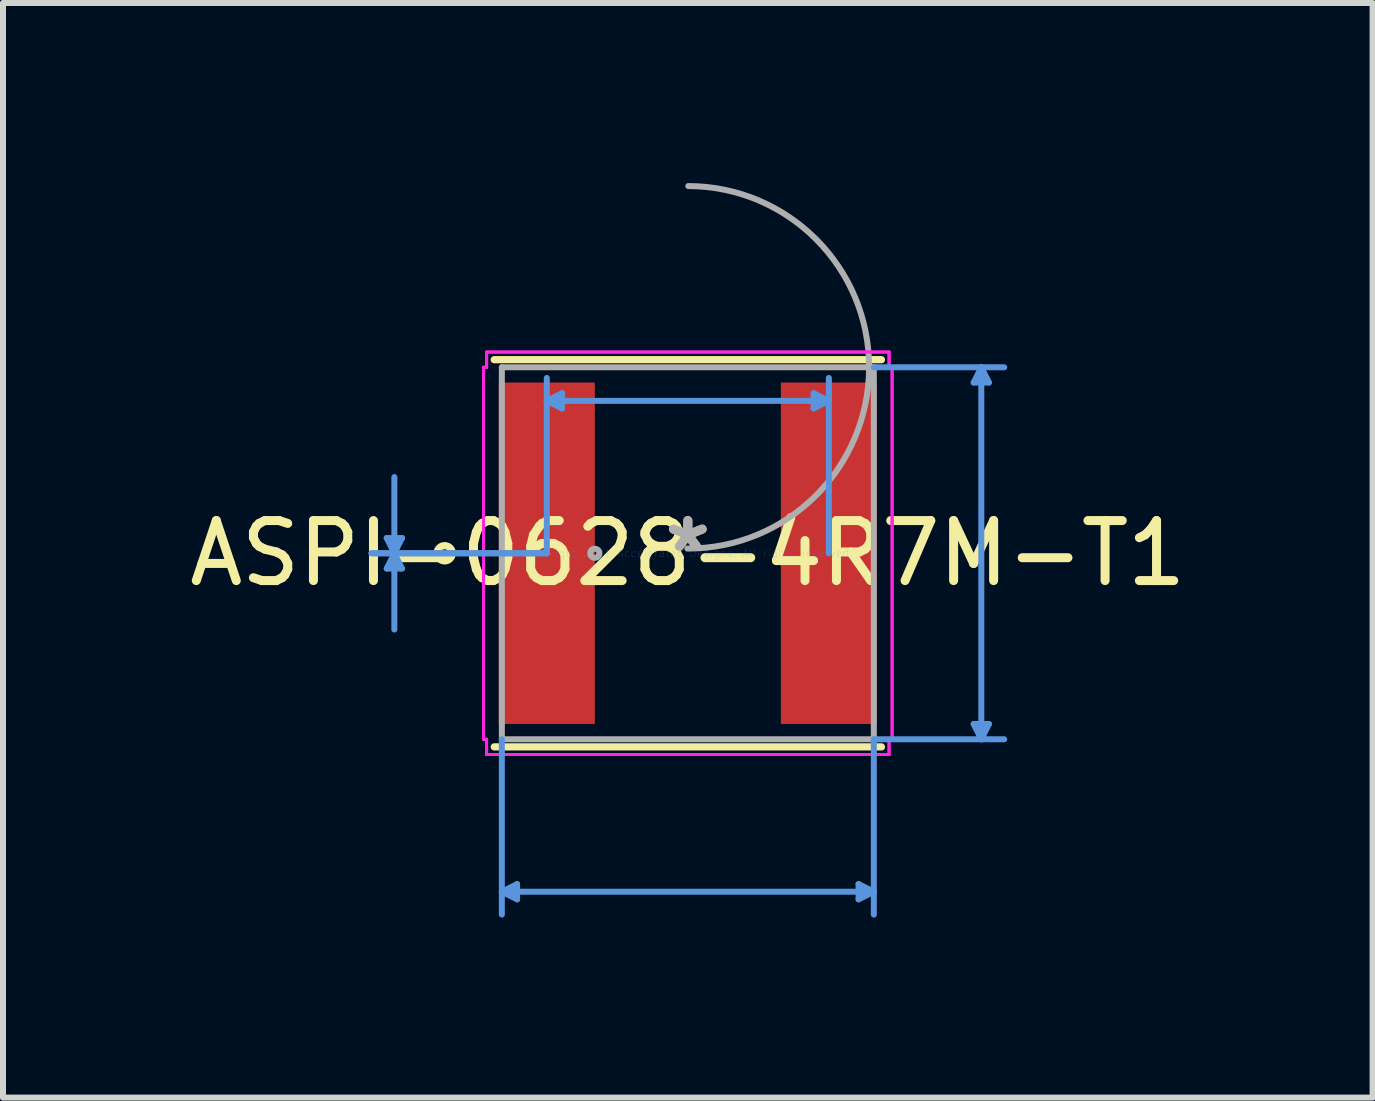
<source format=kicad_pcb>
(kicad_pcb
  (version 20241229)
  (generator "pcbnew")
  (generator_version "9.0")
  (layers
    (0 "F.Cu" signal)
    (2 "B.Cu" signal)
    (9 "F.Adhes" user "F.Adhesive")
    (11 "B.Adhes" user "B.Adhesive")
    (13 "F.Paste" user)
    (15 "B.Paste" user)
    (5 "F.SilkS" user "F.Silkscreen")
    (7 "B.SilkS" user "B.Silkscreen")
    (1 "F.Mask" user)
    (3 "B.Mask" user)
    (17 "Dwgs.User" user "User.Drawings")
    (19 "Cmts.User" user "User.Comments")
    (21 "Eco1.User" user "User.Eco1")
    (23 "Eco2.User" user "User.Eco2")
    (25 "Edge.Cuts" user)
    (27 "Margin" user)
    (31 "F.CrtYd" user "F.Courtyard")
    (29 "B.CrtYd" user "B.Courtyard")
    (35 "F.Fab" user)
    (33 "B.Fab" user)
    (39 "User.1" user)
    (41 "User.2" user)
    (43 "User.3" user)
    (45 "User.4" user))
  (footprint "ASPI-0628-4R7M-T1"
    (layer "F.Cu")
    (at 8.411 6.169)
    (property "Reference" "ASPI-0628-4R7M-T1" (at 0 0 0) (layer "F.SilkS") (effects (font (size 1 1) (thickness 0.15))))
    (attr through_hole)
    (fp_line (start -3.226 3.226) (end 3.226 3.226) (stroke (width 0.12) (type solid)) (layer "F.SilkS"))
    (fp_line (start 3.226 -3.226) (end -3.226 -3.226) (stroke (width 0.12) (type solid)) (layer "F.SilkS"))
    (fp_circle (center -4.052 0) (end -3.925 0) (stroke (width 0.12) (type solid)) (fill no) (layer "F.SilkS"))
    (fp_line (start -5.017 -0.254) (end -4.763 -0.254) (stroke (width 0.1) (type solid)) (layer "Cmts.User"))
    (fp_line (start -5.017 0.254) (end -4.763 0.254) (stroke (width 0.1) (type solid)) (layer "Cmts.User"))
    (fp_line (start -4.89 0) (end -5.017 -0.254) (stroke (width 0.1) (type solid)) (layer "Cmts.User"))
    (fp_line (start -4.89 0) (end -5.017 0.254) (stroke (width 0.1) (type solid)) (layer "Cmts.User"))
    (fp_line (start -4.89 0) (end -4.89 -1.27) (stroke (width 0.1) (type solid)) (layer "Cmts.User"))
    (fp_line (start -4.89 0) (end -4.89 1.27) (stroke (width 0.1) (type solid)) (layer "Cmts.User"))
    (fp_line (start -4.89 0) (end -4.763 -0.254) (stroke (width 0.1) (type solid)) (layer "Cmts.User"))
    (fp_line (start -4.89 0) (end -4.763 0.254) (stroke (width 0.1) (type solid)) (layer "Cmts.User"))
    (fp_line (start -3.099 3.099) (end -3.099 6.02) (stroke (width 0.1) (type solid)) (layer "Cmts.User"))
    (fp_line (start -3.099 5.639) (end -2.845 5.512) (stroke (width 0.1) (type solid)) (layer "Cmts.User"))
    (fp_line (start -3.099 5.639) (end -2.845 5.766) (stroke (width 0.1) (type solid)) (layer "Cmts.User"))
    (fp_line (start -3.099 5.639) (end 3.099 5.639) (stroke (width 0.1) (type solid)) (layer "Cmts.User"))
    (fp_line (start -2.845 5.512) (end -2.845 5.766) (stroke (width 0.1) (type solid)) (layer "Cmts.User"))
    (fp_line (start -2.35 -2.54) (end -2.096 -2.667) (stroke (width 0.1) (type solid)) (layer "Cmts.User"))
    (fp_line (start -2.35 -2.54) (end -2.096 -2.413) (stroke (width 0.1) (type solid)) (layer "Cmts.User"))
    (fp_line (start -2.35 -2.54) (end 2.35 -2.54) (stroke (width 0.1) (type solid)) (layer "Cmts.User"))
    (fp_line (start -2.35 0) (end -5.271 0) (stroke (width 0.1) (type solid)) (layer "Cmts.User"))
    (fp_line (start -2.35 0) (end -5.271 0) (stroke (width 0.1) (type solid)) (layer "Cmts.User"))
    (fp_line (start -2.35 0) (end -2.35 -2.921) (stroke (width 0.1) (type solid)) (layer "Cmts.User"))
    (fp_line (start -2.096 -2.667) (end -2.096 -2.413) (stroke (width 0.1) (type solid)) (layer "Cmts.User"))
    (fp_line (start 2.096 -2.667) (end 2.096 -2.413) (stroke (width 0.1) (type solid)) (layer "Cmts.User"))
    (fp_line (start 2.35 -2.54) (end 2.096 -2.667) (stroke (width 0.1) (type solid)) (layer "Cmts.User"))
    (fp_line (start 2.35 -2.54) (end 2.096 -2.413) (stroke (width 0.1) (type solid)) (layer "Cmts.User"))
    (fp_line (start 2.35 0) (end 2.35 -2.921) (stroke (width 0.1) (type solid)) (layer "Cmts.User"))
    (fp_line (start 2.845 5.512) (end 2.845 5.766) (stroke (width 0.1) (type solid)) (layer "Cmts.User"))
    (fp_line (start 3.099 -3.099) (end 5.271 -3.099) (stroke (width 0.1) (type solid)) (layer "Cmts.User"))
    (fp_line (start 3.099 3.099) (end 3.099 6.02) (stroke (width 0.1) (type solid)) (layer "Cmts.User"))
    (fp_line (start 3.099 3.099) (end 5.271 3.099) (stroke (width 0.1) (type solid)) (layer "Cmts.User"))
    (fp_line (start 3.099 5.639) (end 2.845 5.512) (stroke (width 0.1) (type solid)) (layer "Cmts.User"))
    (fp_line (start 3.099 5.639) (end 2.845 5.766) (stroke (width 0.1) (type solid)) (layer "Cmts.User"))
    (fp_line (start 4.763 -2.845) (end 5.017 -2.845) (stroke (width 0.1) (type solid)) (layer "Cmts.User"))
    (fp_line (start 4.763 2.845) (end 5.017 2.845) (stroke (width 0.1) (type solid)) (layer "Cmts.User"))
    (fp_line (start 4.89 -3.099) (end 4.763 -2.845) (stroke (width 0.1) (type solid)) (layer "Cmts.User"))
    (fp_line (start 4.89 -3.099) (end 4.89 3.099) (stroke (width 0.1) (type solid)) (layer "Cmts.User"))
    (fp_line (start 4.89 -3.099) (end 5.017 -2.845) (stroke (width 0.1) (type solid)) (layer "Cmts.User"))
    (fp_line (start 4.89 3.099) (end 4.763 2.845) (stroke (width 0.1) (type solid)) (layer "Cmts.User"))
    (fp_line (start 4.89 3.099) (end 5.017 2.845) (stroke (width 0.1) (type solid)) (layer "Cmts.User"))
    (fp_line (start -3.404 -3.099) (end -3.353 -3.099) (stroke (width 0.05) (type solid)) (layer "F.CrtYd"))
    (fp_line (start -3.404 -3.099) (end -3.353 -3.099) (stroke (width 0.05) (type solid)) (layer "F.CrtYd"))
    (fp_line (start -3.404 3.099) (end -3.404 -3.099) (stroke (width 0.05) (type solid)) (layer "F.CrtYd"))
    (fp_line (start -3.404 3.099) (end -3.404 -3.099) (stroke (width 0.05) (type solid)) (layer "F.CrtYd"))
    (fp_line (start -3.404 3.099) (end -3.353 3.099) (stroke (width 0.05) (type solid)) (layer "F.CrtYd"))
    (fp_line (start -3.353 -3.353) (end 3.353 -3.353) (stroke (width 0.05) (type solid)) (layer "F.CrtYd"))
    (fp_line (start -3.353 -3.353) (end 3.353 -3.353) (stroke (width 0.05) (type solid)) (layer "F.CrtYd"))
    (fp_line (start -3.353 -3.099) (end -3.353 -3.353) (stroke (width 0.05) (type solid)) (layer "F.CrtYd"))
    (fp_line (start -3.353 -3.099) (end -3.353 -3.353) (stroke (width 0.05) (type solid)) (layer "F.CrtYd"))
    (fp_line (start -3.353 3.099) (end -3.404 3.099) (stroke (width 0.05) (type solid)) (layer "F.CrtYd"))
    (fp_line (start -3.353 3.353) (end -3.353 3.099) (stroke (width 0.05) (type solid)) (layer "F.CrtYd"))
    (fp_line (start -3.353 3.353) (end -3.353 3.099) (stroke (width 0.05) (type solid)) (layer "F.CrtYd"))
    (fp_line (start 3.353 -3.353) (end 3.353 -3.099) (stroke (width 0.05) (type solid)) (layer "F.CrtYd"))
    (fp_line (start 3.353 -3.353) (end 3.353 -3.099) (stroke (width 0.05) (type solid)) (layer "F.CrtYd"))
    (fp_line (start 3.353 -3.099) (end 3.404 -3.099) (stroke (width 0.05) (type solid)) (layer "F.CrtYd"))
    (fp_line (start 3.353 3.099) (end 3.353 3.353) (stroke (width 0.05) (type solid)) (layer "F.CrtYd"))
    (fp_line (start 3.353 3.099) (end 3.353 3.353) (stroke (width 0.05) (type solid)) (layer "F.CrtYd"))
    (fp_line (start 3.353 3.353) (end -3.353 3.353) (stroke (width 0.05) (type solid)) (layer "F.CrtYd"))
    (fp_line (start 3.353 3.353) (end -3.353 3.353) (stroke (width 0.05) (type solid)) (layer "F.CrtYd"))
    (fp_line (start 3.404 -3.099) (end 3.353 -3.099) (stroke (width 0.05) (type solid)) (layer "F.CrtYd"))
    (fp_line (start 3.404 -3.099) (end 3.404 3.099) (stroke (width 0.05) (type solid)) (layer "F.CrtYd"))
    (fp_line (start 3.404 -3.099) (end 3.404 3.099) (stroke (width 0.05) (type solid)) (layer "F.CrtYd"))
    (fp_line (start 3.404 3.099) (end 3.353 3.099) (stroke (width 0.05) (type solid)) (layer "F.CrtYd"))
    (fp_line (start 3.404 3.099) (end 3.353 3.099) (stroke (width 0.05) (type solid)) (layer "F.CrtYd"))
    (fp_line (start -3.099 -3.099) (end -3.099 3.099) (stroke (width 0.1) (type solid)) (layer "F.Fab"))
    (fp_line (start -3.099 3.099) (end 3.099 3.099) (stroke (width 0.1) (type solid)) (layer "F.Fab"))
    (fp_line (start 3.099 -3.099) (end -3.099 -3.099) (stroke (width 0.1) (type solid)) (layer "F.Fab"))
    (fp_line (start 3.099 3.099) (end 3.099 -3.099) (stroke (width 0.1) (type solid)) (layer "F.Fab"))
    (fp_arc (start 0.007742 -6.11889) (mid 3.02009 -3.091058) (end -0.007742 -0.07871) (stroke (width 0.1) (type solid)) (layer "F.Fab"))
    (fp_circle (center -1.55 0) (end -1.474 0) (stroke (width 0.1) (type solid)) (fill no) (layer "F.Fab"))
    (fp_text user "*" (at 0 0 0) (layer "F.SilkS") (effects (font (size 1 1) (thickness 0.15))))
    (fp_text user "Copyright 2021 Accelerated Designs. All rights reserved." (at 0 0 0) (layer "Cmts.User") (effects (font (size 0.127 0.127) (thickness 0.002))))
    (fp_text user "*" (at 0 0 0) (layer "F.Fab") (effects (font (size 1 1) (thickness 0.15))))
    (pad "1" smd rect (at -2.35 0) (size 1.6 5.69) (layers "F.Cu" "F.Mask" "F.Paste"))
    (pad "2" smd rect (at 2.35 0) (size 1.6 5.69) (layers "F.Cu" "F.Mask" "F.Paste")))
  (gr_rect
    (start -3 -3)
    (end 19.821 15.239)
    (stroke (width 0.1) (type default))
    (fill no)
    (layer "Edge.Cuts")))
</source>
